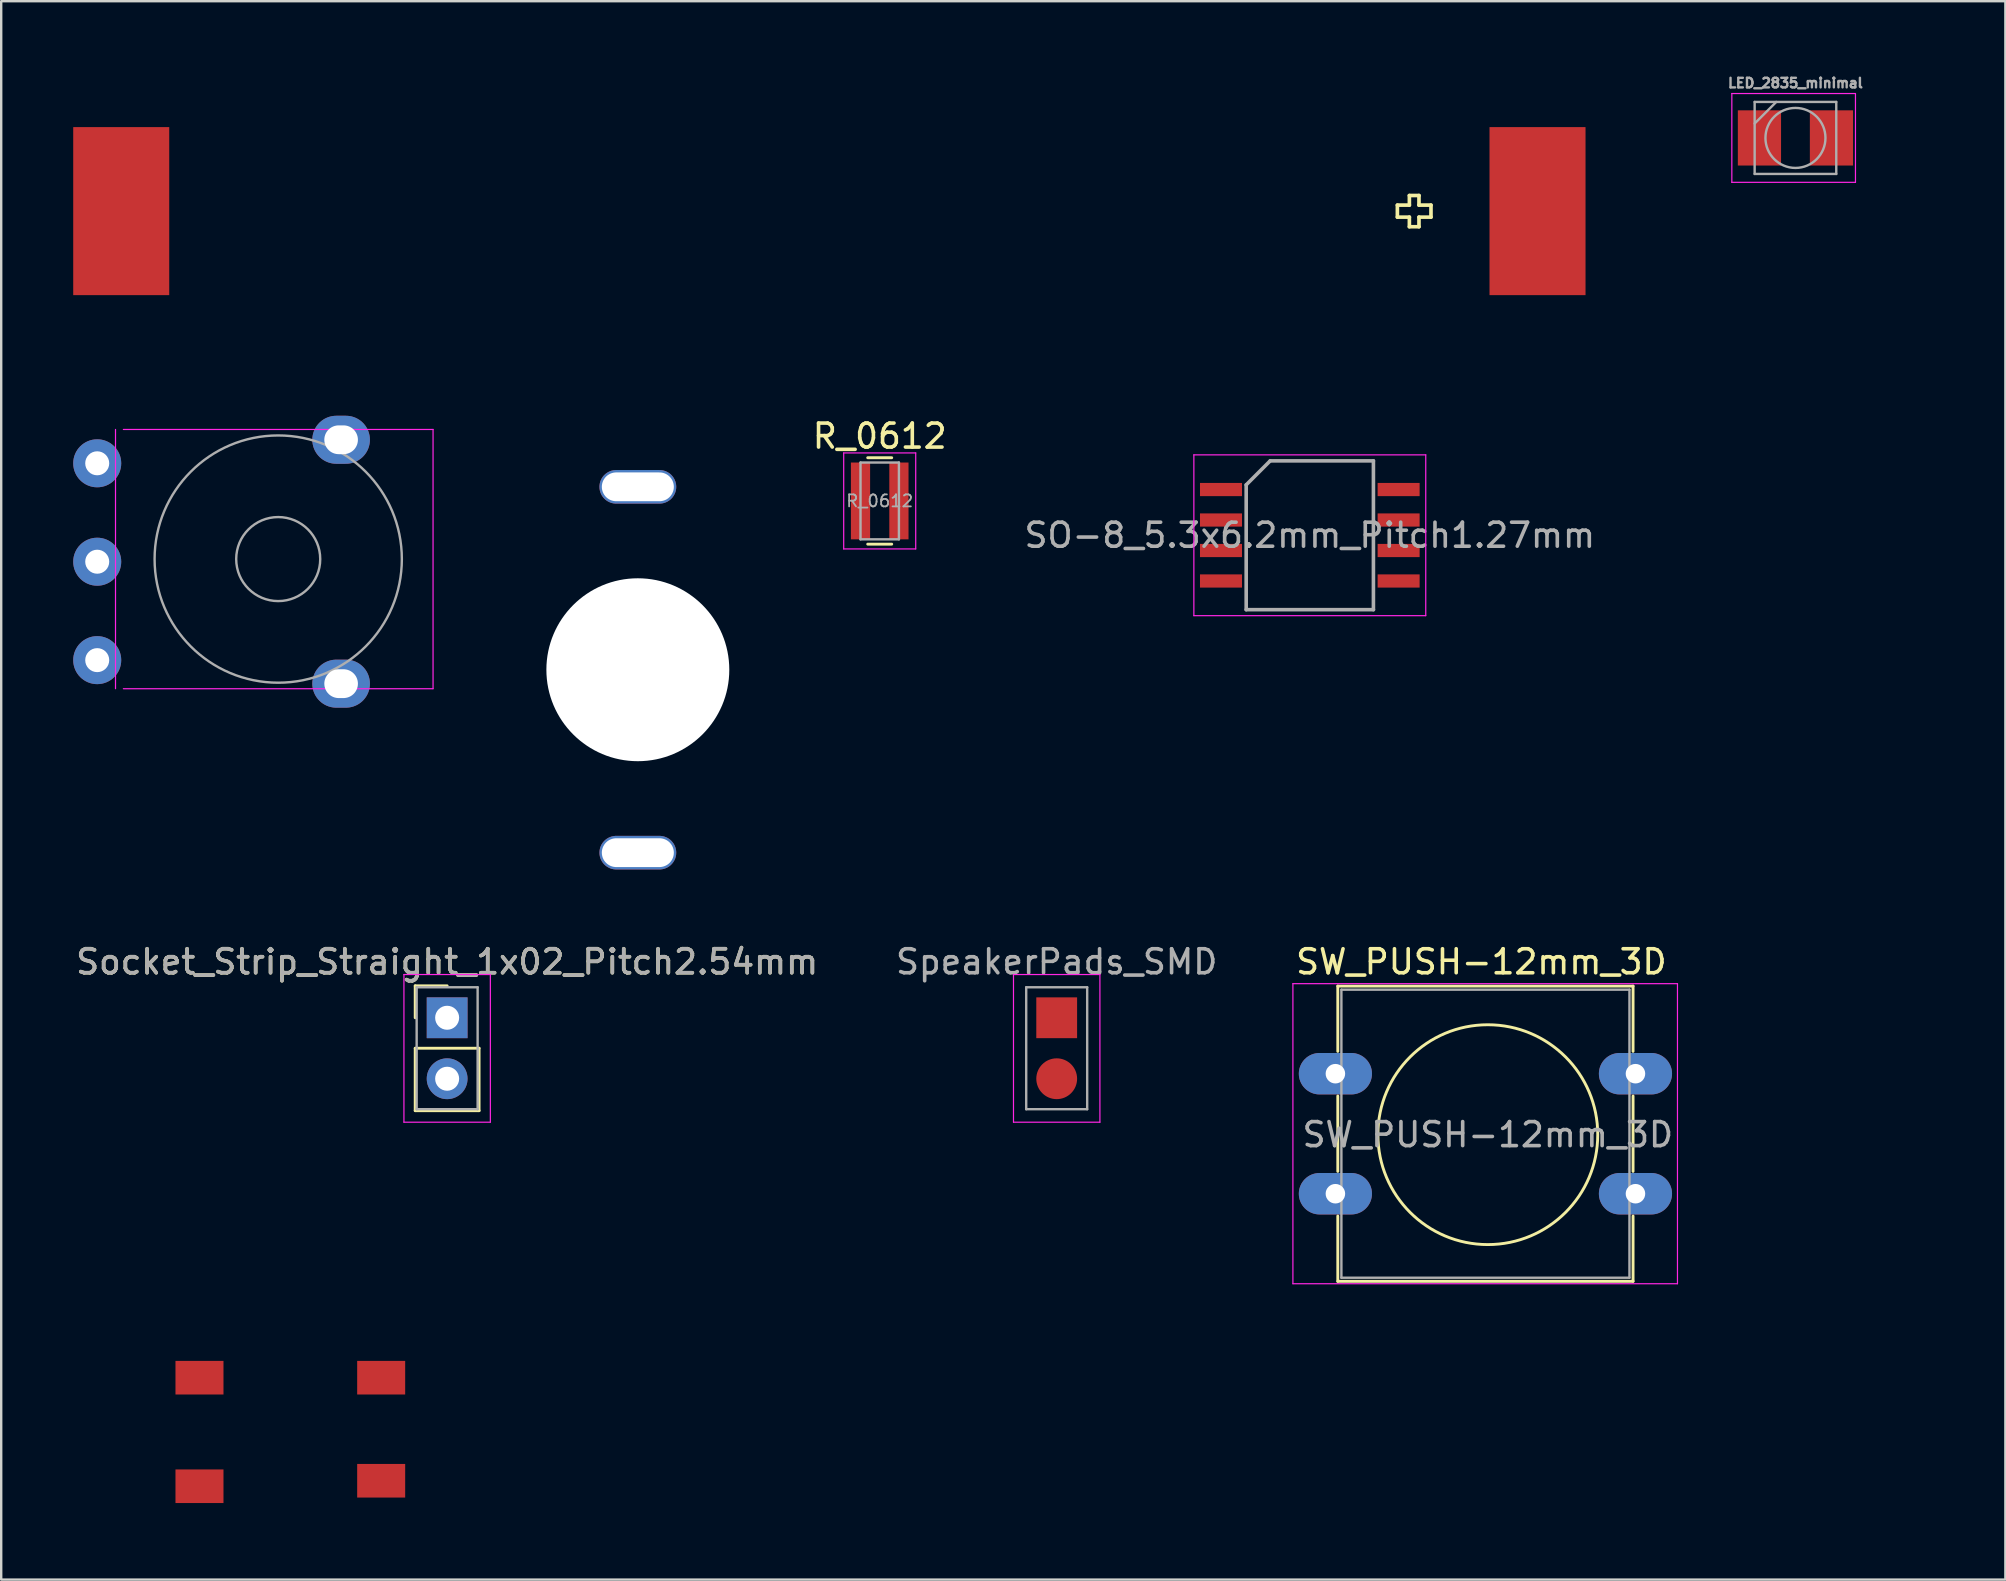
<source format=kicad_pcb>
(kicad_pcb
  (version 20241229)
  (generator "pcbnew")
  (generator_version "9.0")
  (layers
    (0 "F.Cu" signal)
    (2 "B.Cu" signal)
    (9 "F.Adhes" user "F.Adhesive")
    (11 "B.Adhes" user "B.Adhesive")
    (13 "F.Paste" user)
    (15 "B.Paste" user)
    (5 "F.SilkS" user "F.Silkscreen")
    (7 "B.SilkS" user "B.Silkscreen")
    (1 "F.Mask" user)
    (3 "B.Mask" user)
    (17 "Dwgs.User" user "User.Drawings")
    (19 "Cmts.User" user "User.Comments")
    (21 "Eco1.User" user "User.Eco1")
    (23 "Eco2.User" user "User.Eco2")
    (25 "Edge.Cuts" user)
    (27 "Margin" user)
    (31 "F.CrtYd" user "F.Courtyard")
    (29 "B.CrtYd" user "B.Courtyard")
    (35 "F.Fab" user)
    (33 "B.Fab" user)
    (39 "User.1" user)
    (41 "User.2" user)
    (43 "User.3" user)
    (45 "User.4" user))
  (footprint "BAT_Holder_AAA-new_noHole"
    (layer "F.Cu")
    (at 31.5 5.861)
    (property "Reference" "BAT_Holder_AAA-new_noHole" (at 0 -3.81 0) (layer "Eco2.User") (effects (font (size 1 1) (thickness 0.15))))
    (attr through_hole)
    (fp_line (start 23.662 0.134) (end 23.662 -0.366) (stroke (width 0.152) (type solid)) (layer "F.SilkS"))
    (fp_line (start 23.662 0.134) (end 24.162 0.134) (stroke (width 0.152) (type solid)) (layer "F.SilkS"))
    (fp_line (start 24.162 -0.766) (end 24.562 -0.766) (stroke (width 0.152) (type solid)) (layer "F.SilkS"))
    (fp_line (start 24.162 -0.366) (end 23.662 -0.366) (stroke (width 0.152) (type solid)) (layer "F.SilkS"))
    (fp_line (start 24.162 -0.366) (end 24.162 -0.766) (stroke (width 0.152) (type solid)) (layer "F.SilkS"))
    (fp_line (start 24.162 0.534) (end 24.162 0.134) (stroke (width 0.152) (type solid)) (layer "F.SilkS"))
    (fp_line (start 24.562 -0.766) (end 24.562 -0.366) (stroke (width 0.152) (type solid)) (layer "F.SilkS"))
    (fp_line (start 24.562 -0.366) (end 25.062 -0.366) (stroke (width 0.152) (type solid)) (layer "F.SilkS"))
    (fp_line (start 24.562 0.134) (end 24.562 0.534) (stroke (width 0.152) (type solid)) (layer "F.SilkS"))
    (fp_line (start 24.562 0.534) (end 24.162 0.534) (stroke (width 0.152) (type solid)) (layer "F.SilkS"))
    (fp_line (start 25.062 -0.366) (end 25.062 0.134) (stroke (width 0.152) (type solid)) (layer "F.SilkS"))
    (fp_line (start 25.062 0.134) (end 24.562 0.134) (stroke (width 0.152) (type solid)) (layer "F.SilkS"))
    (fp_line (start -27.18 -5.786) (end -27.178 5.334) (stroke (width 0.15) (type solid)) (layer "Eco2.User"))
    (fp_line (start -27.18 -5.786) (end 27.18 -5.786) (stroke (width 0.15) (type solid)) (layer "Eco2.User"))
    (fp_line (start -27.18 5.334) (end 27.18 5.334) (stroke (width 0.15) (type solid)) (layer "Eco2.User"))
    (fp_line (start 27.178 5.334) (end 27.18 -5.786) (stroke (width 0.15) (type solid)) (layer "Eco2.User"))
    (fp_line (start 31 -0.116) (end -31 -0.116) (stroke (width 0.152) (type solid)) (layer "Eco2.User"))
    (pad "1" smd rect (at 29.5 -0.116) (size 4 7) (layers "F.Cu" "F.Mask" "F.Paste"))
    (pad "2" smd rect (at -29.5 -0.116) (size 4 7) (layers "F.Cu" "F.Mask" "F.Paste")))
  (footprint "LED_2835_minimal"
    (layer "F.Cu")
    (at 71.745 2.696)
    (property "Reference" "LED_2835_minimal" (at 0 0 0) (layer "Eco2.User") (effects (font (size 1 0.8) (thickness 0.15))))
    (attr smd)
    (fp_line (start -2.65 -1.85) (end 2.5 -1.85) (stroke (width 0.05) (type solid)) (layer "F.CrtYd"))
    (fp_line (start -2.65 1.85) (end -2.65 -1.85) (stroke (width 0.05) (type solid)) (layer "F.CrtYd"))
    (fp_line (start 2.5 -1.85) (end 2.5 1.85) (stroke (width 0.05) (type solid)) (layer "F.CrtYd"))
    (fp_line (start 2.5 1.85) (end -2.65 1.85) (stroke (width 0.05) (type solid)) (layer "F.CrtYd"))
    (fp_line (start -1.7 -1.5) (end -1.7 1.5) (stroke (width 0.1) (type solid)) (layer "F.Fab"))
    (fp_line (start -1.7 -0.6) (end -0.8 -1.5) (stroke (width 0.1) (type solid)) (layer "F.Fab"))
    (fp_line (start -1.7 1.5) (end 1.7 1.5) (stroke (width 0.1) (type solid)) (layer "F.Fab"))
    (fp_line (start 1.7 -1.5) (end -1.7 -1.5) (stroke (width 0.1) (type solid)) (layer "F.Fab"))
    (fp_line (start 1.7 1.5) (end 1.7 -1.5) (stroke (width 0.1) (type solid)) (layer "F.Fab"))
    (fp_circle (center 0 0) (end 0 -1.25) (stroke (width 0.1) (type solid)) (fill no) (layer "F.Fab"))
    (fp_text user "${REFERENCE}" (at 0 -2.286 0) (layer "F.Fab") (effects (font (size 0.4 0.4) (thickness 0.1))))
    (pad "1" smd rect (at -1.5 0) (size 1.8 2.3) (layers "F.Cu" "F.Mask" "F.Paste"))
    (pad "2" smd rect (at 1.5 0) (size 1.8 2.3) (layers "F.Cu" "F.Mask" "F.Paste")))
  (footprint "SO-8_5.3x6.2mm_Pitch1.27mm"
    (layer "F.Cu")
    (at 51.514 19.248)
    (property "Reference" "SO-8_5.3x6.2mm_Pitch1.27mm" (at 0 -4.13 0) (layer "Eco2.User") (effects (font (size 1 1) (thickness 0.15))))
    (attr smd)
    (fp_line (start -4.83 -3.35) (end -4.83 3.35) (stroke (width 0.05) (type solid)) (layer "F.CrtYd"))
    (fp_line (start -4.83 -3.35) (end 4.83 -3.35) (stroke (width 0.05) (type solid)) (layer "F.CrtYd"))
    (fp_line (start -4.83 3.35) (end 4.83 3.35) (stroke (width 0.05) (type solid)) (layer "F.CrtYd"))
    (fp_line (start 4.83 -3.35) (end 4.83 3.35) (stroke (width 0.05) (type solid)) (layer "F.CrtYd"))
    (fp_line (start -2.65 -2.1) (end -1.65 -3.1) (stroke (width 0.15) (type solid)) (layer "F.Fab"))
    (fp_line (start -2.65 3.1) (end -2.65 -2.1) (stroke (width 0.15) (type solid)) (layer "F.Fab"))
    (fp_line (start -1.65 -3.1) (end 2.65 -3.1) (stroke (width 0.15) (type solid)) (layer "F.Fab"))
    (fp_line (start 2.65 -3.1) (end 2.65 3.1) (stroke (width 0.15) (type solid)) (layer "F.Fab"))
    (fp_line (start 2.65 3.1) (end -2.65 3.1) (stroke (width 0.15) (type solid)) (layer "F.Fab"))
    (fp_text user "${REFERENCE}" (at 0 0 0) (layer "F.Fab") (effects (font (size 1 1) (thickness 0.15))))
    (pad "1" smd rect (at -3.7 -1.905) (size 1.75 0.55) (layers "F.Cu" "F.Mask" "F.Paste"))
    (pad "2" smd rect (at -3.7 -0.635) (size 1.75 0.55) (layers "F.Cu" "F.Mask" "F.Paste"))
    (pad "3" smd rect (at -3.7 0.635) (size 1.75 0.55) (layers "F.Cu" "F.Mask" "F.Paste"))
    (pad "4" smd rect (at -3.7 1.905) (size 1.75 0.55) (layers "F.Cu" "F.Mask" "F.Paste"))
    (pad "5" smd rect (at 3.7 1.905) (size 1.75 0.55) (layers "F.Cu" "F.Mask" "F.Paste"))
    (pad "6" smd rect (at 3.7 0.635) (size 1.75 0.55) (layers "F.Cu" "F.Mask" "F.Paste"))
    (pad "7" smd rect (at 3.7 -0.635) (size 1.75 0.55) (layers "F.Cu" "F.Mask" "F.Paste"))
    (pad "8" smd rect (at 3.7 -1.905) (size 1.75 0.55) (layers "F.Cu" "F.Mask" "F.Paste")))
  (footprint "SW_PUSH-12mm_3D"
    (layer "F.Cu")
    (at 58.943 44.218)
    (property "Reference" "SW_PUSH-12mm_3D" (at -0.283 -7.2 0) (layer "F.SilkS") (effects (font (size 1 1) (thickness 0.15))))
    (attr through_hole)
    (fp_line (start -6.263 -6.19) (end 6.037 -6.19) (stroke (width 0.12) (type solid)) (layer "F.SilkS"))
    (fp_line (start -6.263 -3.47) (end -6.263 -6.19) (stroke (width 0.12) (type solid)) (layer "F.SilkS"))
    (fp_line (start -6.263 1.53) (end -6.263 -1.61) (stroke (width 0.12) (type solid)) (layer "F.SilkS"))
    (fp_line (start -6.263 6.11) (end -6.263 3.39) (stroke (width 0.12) (type solid)) (layer "F.SilkS"))
    (fp_line (start 6.037 -6.19) (end 6.037 -3.47) (stroke (width 0.12) (type solid)) (layer "F.SilkS"))
    (fp_line (start 6.037 -1.61) (end 6.037 1.53) (stroke (width 0.12) (type solid)) (layer "F.SilkS"))
    (fp_line (start 6.037 3.39) (end 6.037 6.11) (stroke (width 0.12) (type solid)) (layer "F.SilkS"))
    (fp_line (start 6.037 6.11) (end -6.263 6.11) (stroke (width 0.12) (type solid)) (layer "F.SilkS"))
    (fp_circle (center -0.013 0) (end 3.797 2.54) (stroke (width 0.12) (type solid)) (fill no) (layer "F.SilkS"))
    (fp_line (start -8.133 -6.29) (end -8.133 6.21) (stroke (width 0.05) (type solid)) (layer "F.CrtYd"))
    (fp_line (start -8.133 -6.29) (end 7.887 -6.29) (stroke (width 0.05) (type solid)) (layer "F.CrtYd"))
    (fp_line (start 7.887 6.21) (end -8.133 6.21) (stroke (width 0.05) (type solid)) (layer "F.CrtYd"))
    (fp_line (start 7.887 6.21) (end 7.887 -6.29) (stroke (width 0.05) (type solid)) (layer "F.CrtYd"))
    (fp_line (start -6.113 -6.04) (end -6.113 5.96) (stroke (width 0.1) (type solid)) (layer "F.Fab"))
    (fp_line (start -6.113 -6.04) (end 5.887 -6.04) (stroke (width 0.1) (type solid)) (layer "F.Fab"))
    (fp_line (start -6.113 5.96) (end 5.887 5.96) (stroke (width 0.1) (type solid)) (layer "F.Fab"))
    (fp_line (start 5.887 -6.04) (end 5.887 5.96) (stroke (width 0.1) (type solid)) (layer "F.Fab"))
    (fp_text user "${REFERENCE}" (at -0.013 0 0) (layer "F.Fab") (effects (font (size 1 1) (thickness 0.15))))
    (pad "1" thru_hole oval (at -6.363 -2.54) (size 3.048 1.727) (drill 0.813) (layers "B.Cu" "B.Mask"))
    (pad "1" thru_hole oval (at 6.137 -2.54) (size 3.048 1.727) (drill 0.813) (layers "B.Cu" "B.Mask"))
    (pad "2" thru_hole oval (at -6.363 2.46) (size 3.048 1.727) (drill 0.813) (layers "B.Cu" "B.Mask"))
    (pad "2" thru_hole oval (at 6.137 2.46) (size 3.048 1.727) (drill 0.813) (layers "B.Cu" "B.Mask")))
  (footprint "Potentiometer_wheel"
    (layer "F.Cu")
    (at 8.62 20.35)
    (property "Reference" "Potentiometer_wheel" (at -0.08 -2.54 0) (layer "Eco2.User") (effects (font (size 1 1) (thickness 0.15))))
    (attr through_hole)
    (fp_line (start -6.858 -5.51) (end -6.858 5.29) (stroke (width 0.05) (type solid)) (layer "F.CrtYd"))
    (fp_line (start -6.53 5.29) (end 6.37 5.29) (stroke (width 0.05) (type solid)) (layer "F.CrtYd"))
    (fp_line (start 6.37 -5.51) (end -6.53 -5.51) (stroke (width 0.05) (type solid)) (layer "F.CrtYd"))
    (fp_line (start 6.37 5.29) (end 6.37 -5.51) (stroke (width 0.05) (type solid)) (layer "F.CrtYd"))
    (fp_circle (center -0.08 -0.11) (end 1.67 -0.11) (stroke (width 0.1) (type solid)) (fill no) (layer "F.Fab"))
    (fp_circle (center -0.08 -0.11) (end 5.07 -0.11) (stroke (width 0.1) (type solid)) (fill no) (layer "F.Fab"))
    (pad "" thru_hole oval (at 2.54 -5.08) (size 2.4 2) (drill oval 1.4 1.2) (layers "*.Cu" "*.Mask"))
    (pad "" thru_hole oval (at 2.54 5.08) (size 2.4 2) (drill oval 1.4 1.2) (layers "*.Cu" "*.Mask"))
    (pad "1" thru_hole circle (at -7.62 -4.1) (size 2 2) (drill 1) (layers "*.Cu" "*.Mask"))
    (pad "2" thru_hole circle (at -7.62 0) (size 2 2) (drill 1) (layers "*.Cu" "*.Mask"))
    (pad "3" thru_hole circle (at -7.62 4.1) (size 2 2) (drill 1) (layers "*.Cu" "*.Mask")))
  (footprint "Socket_Strip_Straight_1x02_Pitch2.54mm"
    (layer "F.Cu")
    (at 15.577 39.348)
    (property "Reference" "Socket_Strip_Straight_1x02_Pitch2.54mm" (at 0 -2.33 0) (layer "F.SilkS") (effects (font (size 1 1) (thickness 0.15))))
    (attr through_hole)
    (fp_line (start -1.33 -1.33) (end 0 -1.33) (stroke (width 0.12) (type solid)) (layer "F.SilkS"))
    (fp_line (start -1.33 0) (end -1.33 -1.33) (stroke (width 0.12) (type solid)) (layer "F.SilkS"))
    (fp_line (start -1.33 1.27) (end -1.33 3.87) (stroke (width 0.12) (type solid)) (layer "F.SilkS"))
    (fp_line (start -1.33 3.87) (end 1.33 3.87) (stroke (width 0.12) (type solid)) (layer "F.SilkS"))
    (fp_line (start 1.33 1.27) (end -1.33 1.27) (stroke (width 0.12) (type solid)) (layer "F.SilkS"))
    (fp_line (start 1.33 3.87) (end 1.33 1.27) (stroke (width 0.12) (type solid)) (layer "F.SilkS"))
    (fp_line (start -1.8 -1.8) (end -1.8 4.35) (stroke (width 0.05) (type solid)) (layer "F.CrtYd"))
    (fp_line (start -1.8 4.35) (end 1.8 4.35) (stroke (width 0.05) (type solid)) (layer "F.CrtYd"))
    (fp_line (start 1.8 -1.8) (end -1.8 -1.8) (stroke (width 0.05) (type solid)) (layer "F.CrtYd"))
    (fp_line (start 1.8 4.35) (end 1.8 -1.8) (stroke (width 0.05) (type solid)) (layer "F.CrtYd"))
    (fp_line (start -1.27 -1.27) (end -1.27 3.81) (stroke (width 0.1) (type solid)) (layer "F.Fab"))
    (fp_line (start -1.27 3.81) (end 1.27 3.81) (stroke (width 0.1) (type solid)) (layer "F.Fab"))
    (fp_line (start 1.27 -1.27) (end -1.27 -1.27) (stroke (width 0.1) (type solid)) (layer "F.Fab"))
    (fp_line (start 1.27 3.81) (end 1.27 -1.27) (stroke (width 0.1) (type solid)) (layer "F.Fab"))
    (fp_text user "${REFERENCE}" (at 0 -2.33 0) (layer "F.Fab") (effects (font (size 1 1) (thickness 0.15))))
    (pad "1" thru_hole rect (at 0 0) (size 1.7 1.7) (drill 1) (layers "*.Cu" "*.Mask"))
    (pad "2" thru_hole oval (at 0 2.54) (size 1.7 1.7) (drill 1) (layers "*.Cu" "*.Mask")))
  (footprint "TACTILE-PTH_6mm_SMD"
    (layer "F.Cu")
    (at 9.019 56.603)
    (property "Reference" "TACTILE-PTH_6mm_SMD" (at 0 -2.032 0) (layer "Eco2.User") (effects (font (size 1 1) (thickness 0.127))))
    (attr exclude_from_pos_files exclude_from_bom)
    (fp_line (start -3.048 -1.026) (end -3.048 1.016) (stroke (width 0.203) (type solid)) (layer "Eco2.User"))
    (fp_line (start -2.159 3.048) (end 2.159 3.048) (stroke (width 0.203) (type solid)) (layer "Eco2.User"))
    (fp_line (start -2.032 -1.27) (end -2.032 -0.508) (stroke (width 0.203) (type solid)) (layer "Eco2.User"))
    (fp_line (start -2.032 -0.508) (end -1.651 0.381) (stroke (width 0.203) (type solid)) (layer "Eco2.User"))
    (fp_line (start -2.032 0.508) (end -2.032 1.27) (stroke (width 0.203) (type solid)) (layer "Eco2.User"))
    (fp_line (start 2.159 -3.048) (end -2.159 -3.048) (stroke (width 0.203) (type solid)) (layer "Eco2.User"))
    (fp_line (start 3.048 -0.996) (end 3.048 1.016) (stroke (width 0.203) (type solid)) (layer "Eco2.User"))
    (fp_circle (center 0 0) (end -0.889 0.889) (stroke (width 0.102) (type solid)) (fill no) (layer "Eco2.User"))
    (pad "1" smd rect (at -3.759 -2.261) (size 2 1.4) (layers "F.Cu" "F.Mask" "F.Paste"))
    (pad "1" smd rect (at 3.81 -2.261) (size 2 1.4) (layers "F.Cu" "F.Mask" "F.Paste"))
    (pad "2" smd rect (at -3.759 2.261) (size 2 1.4) (layers "F.Cu" "F.Mask" "F.Paste"))
    (pad "2" smd rect (at 3.81 2.032) (size 2 1.4) (layers "F.Cu" "F.Mask" "F.Paste")))
  (footprint "SpeakerPads_SMD"
    (layer "F.Cu")
    (at 40.97 39.348)
    (property "Reference" "SpeakerPads_SMD" (at 0 -2.33 0) (layer "Eco2.User") (effects (font (size 1 1) (thickness 0.15))))
    (attr through_hole)
    (fp_line (start -1.8 -1.8) (end -1.8 4.35) (stroke (width 0.05) (type solid)) (layer "F.CrtYd"))
    (fp_line (start -1.8 4.35) (end 1.8 4.35) (stroke (width 0.05) (type solid)) (layer "F.CrtYd"))
    (fp_line (start 1.8 -1.8) (end -1.8 -1.8) (stroke (width 0.05) (type solid)) (layer "F.CrtYd"))
    (fp_line (start 1.8 4.35) (end 1.8 -1.8) (stroke (width 0.05) (type solid)) (layer "F.CrtYd"))
    (fp_line (start -1.27 -1.27) (end -1.27 3.81) (stroke (width 0.1) (type solid)) (layer "F.Fab"))
    (fp_line (start -1.27 3.81) (end 1.27 3.81) (stroke (width 0.1) (type solid)) (layer "F.Fab"))
    (fp_line (start 1.27 -1.27) (end -1.27 -1.27) (stroke (width 0.1) (type solid)) (layer "F.Fab"))
    (fp_line (start 1.27 3.81) (end 1.27 -1.27) (stroke (width 0.1) (type solid)) (layer "F.Fab"))
    (fp_text user "${REFERENCE}" (at 0 -2.33 0) (layer "F.Fab") (effects (font (size 1 1) (thickness 0.15))))
    (pad "1" smd rect (at 0 0) (size 1.7 1.7) (layers "F.Cu" "F.Mask" "F.Paste"))
    (pad "2" smd oval (at 0 2.54) (size 1.7 1.7) (layers "F.Cu" "F.Mask" "F.Paste")))
  (footprint "Push_SWITCH_hole"
    (layer "F.Cu")
    (at 23.521 24.85)
    (property "Reference" "Push_SWITCH_hole" (at -3.048 -3.556 90) (layer "Eco2.User") (effects (font (size 1 1) (thickness 0.178))))
    (attr exclude_from_pos_files exclude_from_bom)
    (fp_circle (center 0 0) (end -1.27 2.794) (stroke (width 0.15) (type solid)) (fill no) (layer "Dwgs.User"))
    (fp_line (start -4.064 -5.588) (end -4.064 5.334) (stroke (width 0.203) (type solid)) (layer "Eco2.User"))
    (fp_line (start -4.064 5.334) (end -3.048 6.35) (stroke (width 0.15) (type solid)) (layer "Eco2.User"))
    (fp_line (start -3.302 -6.35) (end -4.064 -5.588) (stroke (width 0.15) (type solid)) (layer "Eco2.User"))
    (fp_line (start -1.778 6.35) (end -3.048 6.35) (stroke (width 0.203) (type solid)) (layer "Eco2.User"))
    (fp_line (start -1.748 -6.35) (end -3.302 -6.35) (stroke (width 0.203) (type solid)) (layer "Eco2.User"))
    (fp_line (start 3.048 6.35) (end 1.748 6.35) (stroke (width 0.203) (type solid)) (layer "Eco2.User"))
    (fp_line (start 3.302 -6.35) (end 1.748 -6.35) (stroke (width 0.203) (type solid)) (layer "Eco2.User"))
    (fp_line (start 3.302 -6.35) (end 4.064 -5.588) (stroke (width 0.15) (type solid)) (layer "Eco2.User"))
    (fp_line (start 4.064 5.334) (end 3.048 6.35) (stroke (width 0.15) (type solid)) (layer "Eco2.User"))
    (fp_line (start 4.064 5.334) (end 4.064 -5.588) (stroke (width 0.203) (type solid)) (layer "Eco2.User"))
    (fp_circle (center 0 0) (end -1.524 1.778) (stroke (width 0.15) (type solid)) (fill no) (layer "Eco2.User"))
    (pad "" np_thru_hole circle (at 0 0) (size 7.62 7.62) (drill 7.62) (layers "*.Cu" "*.Mask"))
    (pad "1" thru_hole oval (at 0 -7.62) (size 3.2 1.4) (drill oval 3 1.2) (layers "*.Cu" "F.Mask"))
    (pad "2" thru_hole oval (at 0 7.62) (size 3.2 1.4) (drill oval 3 1.2) (layers "*.Cu" "F.Mask")))
  (footprint "R_0612"
    (layer "F.Cu")
    (at 33.597 17.818)
    (property "Reference" "R_0612" (at 0 -2.7 0) (layer "F.SilkS") (effects (font (size 1 1) (thickness 0.15))))
    (attr smd)
    (fp_line (start -0.5 -1.8) (end 0.5 -1.8) (stroke (width 0.12) (type solid)) (layer "F.SilkS"))
    (fp_line (start 0.5 1.8) (end -0.5 1.8) (stroke (width 0.12) (type solid)) (layer "F.SilkS"))
    (fp_line (start -1.5 -2) (end -1.5 2) (stroke (width 0.05) (type solid)) (layer "F.CrtYd"))
    (fp_line (start -1.5 -2) (end 1.5 -2) (stroke (width 0.05) (type solid)) (layer "F.CrtYd"))
    (fp_line (start -1.5 2) (end 1.5 2) (stroke (width 0.05) (type solid)) (layer "F.CrtYd"))
    (fp_line (start 1.5 -2) (end 1.5 2) (stroke (width 0.05) (type solid)) (layer "F.CrtYd"))
    (fp_line (start -0.8 -1.6) (end 0.8 -1.6) (stroke (width 0.1) (type solid)) (layer "F.Fab"))
    (fp_line (start -0.8 1.6) (end -0.8 -1.6) (stroke (width 0.1) (type solid)) (layer "F.Fab"))
    (fp_line (start 0.8 -1.6) (end 0.8 1.6) (stroke (width 0.1) (type solid)) (layer "F.Fab"))
    (fp_line (start 0.8 1.6) (end -0.8 1.6) (stroke (width 0.1) (type solid)) (layer "F.Fab"))
    (fp_text user "${REFERENCE}" (at 0 0 0) (layer "F.Fab") (effects (font (size 0.5 0.5) (thickness 0.075))))
    (pad "1" smd rect (at -0.8 0) (size 0.8 3.2) (layers "F.Cu" "F.Mask" "F.Paste"))
    (pad "2" smd rect (at 0.8 0) (size 0.8 3.2) (layers "F.Cu" "F.Mask" "F.Paste")))
  (gr_rect
    (start -3 -3)
    (end 80.49 62.752)
    (stroke (width 0.1) (type default))
    (fill no)
    (layer "Edge.Cuts")))
</source>
